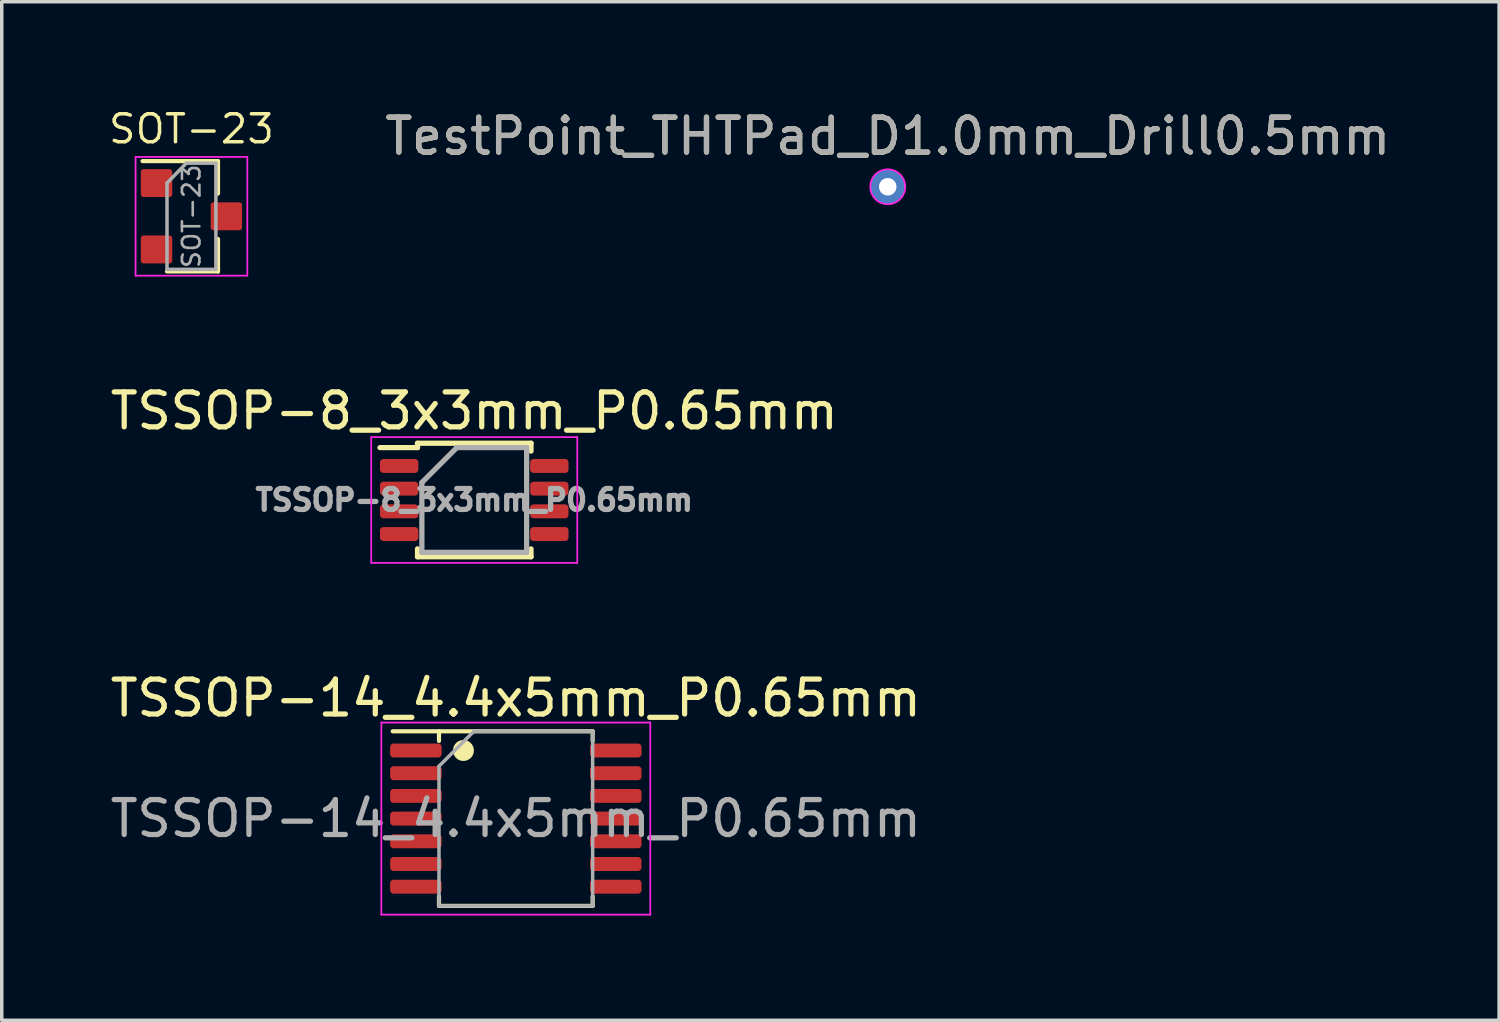
<source format=kicad_pcb>
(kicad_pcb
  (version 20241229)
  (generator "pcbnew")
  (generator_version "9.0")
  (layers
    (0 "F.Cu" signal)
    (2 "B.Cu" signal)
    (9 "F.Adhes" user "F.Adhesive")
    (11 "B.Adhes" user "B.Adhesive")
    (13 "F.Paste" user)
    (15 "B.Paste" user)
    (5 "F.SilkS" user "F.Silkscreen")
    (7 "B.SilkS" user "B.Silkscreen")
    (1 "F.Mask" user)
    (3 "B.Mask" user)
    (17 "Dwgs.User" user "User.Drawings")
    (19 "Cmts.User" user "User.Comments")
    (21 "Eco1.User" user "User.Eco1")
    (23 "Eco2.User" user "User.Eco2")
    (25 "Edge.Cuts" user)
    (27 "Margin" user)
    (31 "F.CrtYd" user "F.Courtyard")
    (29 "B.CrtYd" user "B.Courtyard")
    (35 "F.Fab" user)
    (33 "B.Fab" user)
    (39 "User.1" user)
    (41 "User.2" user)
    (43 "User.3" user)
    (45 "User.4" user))
  (footprint "TSSOP-8_3x3mm_P0.65mm"
    (layer "F.Cu")
    (at 10.53 11.267)
    (property "Reference" "TSSOP-8_3x3mm_P0.65mm" (at 0 -2.55 0) (layer "F.SilkS") (effects (font (size 1 1) (thickness 0.15))))
    (attr smd)
    (fp_line (start -1.625 -1.625) (end -1.625 -1.5) (stroke (width 0.15) (type solid)) (layer "F.SilkS"))
    (fp_line (start -1.625 -1.625) (end 1.625 -1.625) (stroke (width 0.15) (type solid)) (layer "F.SilkS"))
    (fp_line (start -1.625 -1.5) (end -2.7 -1.5) (stroke (width 0.15) (type solid)) (layer "F.SilkS"))
    (fp_line (start -1.625 1.625) (end -1.625 1.4) (stroke (width 0.15) (type solid)) (layer "F.SilkS"))
    (fp_line (start -1.625 1.625) (end 1.625 1.625) (stroke (width 0.15) (type solid)) (layer "F.SilkS"))
    (fp_line (start 1.625 -1.625) (end 1.625 -1.4) (stroke (width 0.15) (type solid)) (layer "F.SilkS"))
    (fp_line (start 1.625 1.625) (end 1.625 1.4) (stroke (width 0.15) (type solid)) (layer "F.SilkS"))
    (fp_line (start -2.95 -1.8) (end -2.95 1.8) (stroke (width 0.05) (type solid)) (layer "F.CrtYd"))
    (fp_line (start -2.95 -1.8) (end 2.95 -1.8) (stroke (width 0.05) (type solid)) (layer "F.CrtYd"))
    (fp_line (start -2.95 1.8) (end 2.95 1.8) (stroke (width 0.05) (type solid)) (layer "F.CrtYd"))
    (fp_line (start 2.95 -1.8) (end 2.95 1.8) (stroke (width 0.05) (type solid)) (layer "F.CrtYd"))
    (fp_line (start -1.5 -0.5) (end -0.5 -1.5) (stroke (width 0.15) (type solid)) (layer "F.Fab"))
    (fp_line (start -1.5 1.5) (end -1.5 -0.5) (stroke (width 0.15) (type solid)) (layer "F.Fab"))
    (fp_line (start -0.5 -1.5) (end 1.5 -1.5) (stroke (width 0.15) (type solid)) (layer "F.Fab"))
    (fp_line (start 1.5 -1.5) (end 1.5 1.5) (stroke (width 0.15) (type solid)) (layer "F.Fab"))
    (fp_line (start 1.5 1.5) (end -1.5 1.5) (stroke (width 0.15) (type solid)) (layer "F.Fab"))
    (fp_text user "${REFERENCE}" (at 0 0 0) (layer "F.Fab") (effects (font (size 0.6 0.6) (thickness 0.15))))
    (pad "1" smd roundrect (at -2.15 -0.975) (size 1.1 0.4) (layers "F.Cu" "F.Mask" "F.Paste") (roundrect_rratio 0.25))
    (pad "2" smd roundrect (at -2.15 -0.325) (size 1.1 0.4) (layers "F.Cu" "F.Mask" "F.Paste") (roundrect_rratio 0.25))
    (pad "3" smd roundrect (at -2.15 0.325) (size 1.1 0.4) (layers "F.Cu" "F.Mask" "F.Paste") (roundrect_rratio 0.25))
    (pad "4" smd roundrect (at -2.15 0.975) (size 1.1 0.4) (layers "F.Cu" "F.Mask" "F.Paste") (roundrect_rratio 0.25))
    (pad "5" smd roundrect (at 2.15 0.975) (size 1.1 0.4) (layers "F.Cu" "F.Mask" "F.Paste") (roundrect_rratio 0.25))
    (pad "6" smd roundrect (at 2.15 0.325) (size 1.1 0.4) (layers "F.Cu" "F.Mask" "F.Paste") (roundrect_rratio 0.25))
    (pad "7" smd roundrect (at 2.15 -0.325) (size 1.1 0.4) (layers "F.Cu" "F.Mask" "F.Paste") (roundrect_rratio 0.25))
    (pad "8" smd roundrect (at 2.15 -0.975) (size 1.1 0.4) (layers "F.Cu" "F.Mask" "F.Paste") (roundrect_rratio 0.25)))
  (footprint "SOT-23"
    (layer "F.Cu")
    (at 2.432 3.143)
    (property "Reference" "SOT-23" (at 0 -2.5 0) (unlocked yes) (layer "F.SilkS") (effects (font (size 0.8 0.8) (thickness 0.1))))
    (attr smd)
    (fp_line (start 0.76 -1.58) (end -1.4 -1.58) (stroke (width 0.12) (type solid)) (layer "F.SilkS"))
    (fp_line (start 0.76 -1.58) (end 0.76 -0.65) (stroke (width 0.12) (type solid)) (layer "F.SilkS"))
    (fp_line (start 0.76 1.58) (end -0.7 1.58) (stroke (width 0.12) (type solid)) (layer "F.SilkS"))
    (fp_line (start 0.76 1.58) (end 0.76 0.65) (stroke (width 0.12) (type solid)) (layer "F.SilkS"))
    (fp_line (start -1.6 -1.7) (end 1.6 -1.7) (stroke (width 0.05) (type solid)) (layer "F.CrtYd"))
    (fp_line (start -1.6 1.7) (end -1.6 -1.7) (stroke (width 0.05) (type solid)) (layer "F.CrtYd"))
    (fp_line (start 1.6 -1.7) (end 1.6 1.7) (stroke (width 0.05) (type solid)) (layer "F.CrtYd"))
    (fp_line (start 1.6 1.7) (end -1.6 1.7) (stroke (width 0.05) (type solid)) (layer "F.CrtYd"))
    (fp_line (start -0.7 -0.95) (end -0.7 1.5) (stroke (width 0.1) (type solid)) (layer "F.Fab"))
    (fp_line (start -0.7 -0.95) (end -0.15 -1.52) (stroke (width 0.1) (type solid)) (layer "F.Fab"))
    (fp_line (start -0.7 1.52) (end 0.7 1.52) (stroke (width 0.1) (type solid)) (layer "F.Fab"))
    (fp_line (start -0.15 -1.52) (end 0.7 -1.52) (stroke (width 0.1) (type solid)) (layer "F.Fab"))
    (fp_line (start 0.7 -1.52) (end 0.7 1.52) (stroke (width 0.1) (type solid)) (layer "F.Fab"))
    (fp_text user "${REFERENCE}" (at 0 0 90) (layer "F.Fab") (effects (font (size 0.5 0.5) (thickness 0.075))))
    (pad "1" smd roundrect (at -1 -0.95) (size 0.9 0.8) (layers "F.Cu" "F.Mask" "F.Paste") (roundrect_rratio 0.1))
    (pad "2" smd roundrect (at -1 0.95) (size 0.9 0.8) (layers "F.Cu" "F.Mask" "F.Paste") (roundrect_rratio 0.1))
    (pad "3" smd roundrect (at 1 0) (size 0.9 0.8) (layers "F.Cu" "F.Mask" "F.Paste") (roundrect_rratio 0.1)))
  (footprint "TestPoint_THTPad_D1.0mm_Drill0.5mm"
    (layer "F.Cu")
    (at 22.37 2.298)
    (property "Reference" "TestPoint_THTPad_D1.0mm_Drill0.5mm" (at 0 -1.448 0) (layer "F.SilkS") (effects (font (size 1 1) (thickness 0.15))))
    (attr exclude_from_pos_files exclude_from_bom)
    (fp_circle (center 0 0) (end 0.5 0) (stroke (width 0.05) (type solid)) (fill no) (layer "F.CrtYd"))
    (fp_text user "${REFERENCE}" (at 0 -1.45 0) (layer "F.Fab") (effects (font (size 1 1) (thickness 0.15))))
    (pad "1" thru_hole circle (at 0 0) (size 1 1) (drill 0.5) (layers "*.Cu" "*.Mask")))
  (footprint "TSSOP-14_4.4x5mm_P0.65mm"
    (layer "F.Cu")
    (at 11.72 20.39)
    (property "Reference" "TSSOP-14_4.4x5mm_P0.65mm" (at 0 -3.45 0) (layer "F.SilkS") (effects (font (size 1 1) (thickness 0.15))))
    (attr smd)
    (fp_line (start -3.525 -2.5) (end 2.2 -2.5) (stroke (width 0.12) (type solid)) (layer "F.SilkS"))
    (fp_line (start -2.2 -2.5) (end -2.2 -2.225) (stroke (width 0.12) (type solid)) (layer "F.SilkS"))
    (fp_line (start -2.2 2.5) (end -2.2 2.225) (stroke (width 0.12) (type solid)) (layer "F.SilkS"))
    (fp_line (start 2.2 -2.5) (end 2.2 -2.225) (stroke (width 0.12) (type solid)) (layer "F.SilkS"))
    (fp_line (start 2.2 2.5) (end -2.2 2.5) (stroke (width 0.12) (type solid)) (layer "F.SilkS"))
    (fp_line (start 2.2 2.5) (end 2.2 2.225) (stroke (width 0.12) (type solid)) (layer "F.SilkS"))
    (fp_circle (center -1.5 -1.95) (end -1.35 -1.95) (stroke (width 0.3) (type solid)) (fill no) (layer "F.SilkS"))
    (fp_line (start -3.85 -2.75) (end -3.85 2.75) (stroke (width 0.05) (type solid)) (layer "F.CrtYd"))
    (fp_line (start -3.85 2.75) (end 3.85 2.75) (stroke (width 0.05) (type solid)) (layer "F.CrtYd"))
    (fp_line (start 3.85 -2.75) (end -3.85 -2.75) (stroke (width 0.05) (type solid)) (layer "F.CrtYd"))
    (fp_line (start 3.85 2.75) (end 3.85 -2.75) (stroke (width 0.05) (type solid)) (layer "F.CrtYd"))
    (fp_line (start -2.2 -1.5) (end -1.2 -2.5) (stroke (width 0.1) (type solid)) (layer "F.Fab"))
    (fp_line (start -2.2 2.5) (end -2.2 -1.5) (stroke (width 0.1) (type solid)) (layer "F.Fab"))
    (fp_line (start -1.2 -2.5) (end 2.2 -2.5) (stroke (width 0.1) (type solid)) (layer "F.Fab"))
    (fp_line (start 2.2 -2.5) (end 2.2 2.5) (stroke (width 0.1) (type solid)) (layer "F.Fab"))
    (fp_line (start 2.2 2.5) (end -2.2 2.5) (stroke (width 0.1) (type solid)) (layer "F.Fab"))
    (fp_text user "${REFERENCE}" (at 0 0 0) (layer "F.Fab") (effects (font (size 1 1) (thickness 0.15))))
    (pad "1" smd roundrect (at -2.862 -1.95) (size 1.475 0.4) (layers "F.Cu" "F.Mask" "F.Paste") (roundrect_rratio 0.25))
    (pad "2" smd roundrect (at -2.862 -1.3) (size 1.475 0.4) (layers "F.Cu" "F.Mask" "F.Paste") (roundrect_rratio 0.25))
    (pad "3" smd roundrect (at -2.862 -0.65) (size 1.475 0.4) (layers "F.Cu" "F.Mask" "F.Paste") (roundrect_rratio 0.25))
    (pad "4" smd roundrect (at -2.862 0) (size 1.475 0.4) (layers "F.Cu" "F.Mask" "F.Paste") (roundrect_rratio 0.25))
    (pad "5" smd roundrect (at -2.862 0.65) (size 1.475 0.4) (layers "F.Cu" "F.Mask" "F.Paste") (roundrect_rratio 0.25))
    (pad "6" smd roundrect (at -2.862 1.3) (size 1.475 0.4) (layers "F.Cu" "F.Mask" "F.Paste") (roundrect_rratio 0.25))
    (pad "7" smd roundrect (at -2.862 1.95) (size 1.475 0.4) (layers "F.Cu" "F.Mask" "F.Paste") (roundrect_rratio 0.25))
    (pad "8" smd roundrect (at 2.862 1.95) (size 1.475 0.4) (layers "F.Cu" "F.Mask" "F.Paste") (roundrect_rratio 0.25))
    (pad "9" smd roundrect (at 2.862 1.3) (size 1.475 0.4) (layers "F.Cu" "F.Mask" "F.Paste") (roundrect_rratio 0.25))
    (pad "10" smd roundrect (at 2.862 0.65) (size 1.475 0.4) (layers "F.Cu" "F.Mask" "F.Paste") (roundrect_rratio 0.25))
    (pad "11" smd roundrect (at 2.862 0) (size 1.475 0.4) (layers "F.Cu" "F.Mask" "F.Paste") (roundrect_rratio 0.25))
    (pad "12" smd roundrect (at 2.862 -0.65) (size 1.475 0.4) (layers "F.Cu" "F.Mask" "F.Paste") (roundrect_rratio 0.25))
    (pad "13" smd roundrect (at 2.862 -1.3) (size 1.475 0.4) (layers "F.Cu" "F.Mask" "F.Paste") (roundrect_rratio 0.25))
    (pad "14" smd roundrect (at 2.862 -1.95) (size 1.475 0.4) (layers "F.Cu" "F.Mask" "F.Paste") (roundrect_rratio 0.25)))
  (gr_rect
    (start -3 -3)
    (end 39.876 26.165)
    (stroke (width 0.1) (type default))
    (fill no)
    (layer "Edge.Cuts")))
</source>
